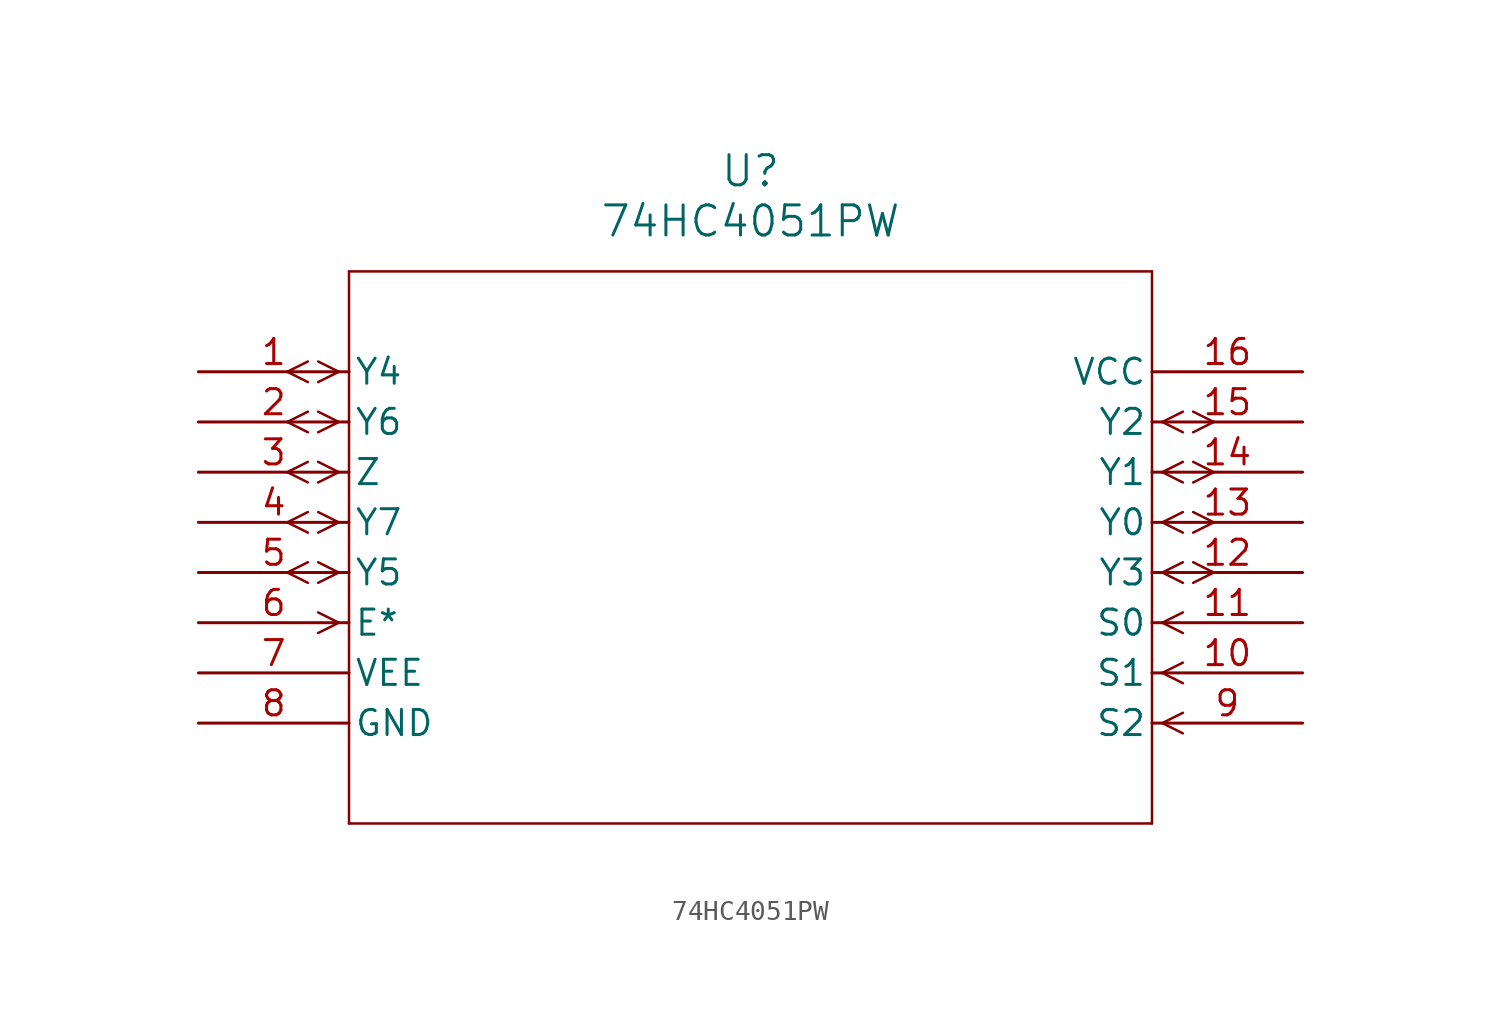
<source format=kicad_sym>
(kicad_symbol_lib
  (version 20211014)
  (generator kicad_symbol_editor)
  (symbol "74HC4051PW"
    (pin_names
      (offset 0.254))
    (property "Reference" "U"
      (at 27.94 10.16 0)
      (effects (font (size 1.524 1.524))))
    (property "Value" "74HC4051PW"
      (at 27.94 7.62 0)
      (effects (font (size 1.524 1.524))))
    (symbol "74HC4051PW_0_1"
      (polyline (pts (xy 7.099 0) (xy 6.058 0.521)) (stroke (width 0.127) (type default) (color 0 0 0 0)) (fill (type none)))
      (polyline (pts (xy 7.099 0) (xy 6.058 -0.521)) (stroke (width 0.127) (type default) (color 0 0 0 0)) (fill (type none)))
      (polyline (pts (xy 5.537 0.521) (xy 4.496 0)) (stroke (width 0.127) (type default) (color 0 0 0 0)) (fill (type none)))
      (polyline (pts (xy 5.537 -0.521) (xy 4.496 0)) (stroke (width 0.127) (type default) (color 0 0 0 0)) (fill (type none)))
      (polyline (pts (xy 7.099 -2.54) (xy 6.058 -2.019)) (stroke (width 0.127) (type default) (color 0 0 0 0)) (fill (type none)))
      (polyline (pts (xy 7.099 -2.54) (xy 6.058 -3.061)) (stroke (width 0.127) (type default) (color 0 0 0 0)) (fill (type none)))
      (polyline (pts (xy 5.537 -2.019) (xy 4.496 -2.54)) (stroke (width 0.127) (type default) (color 0 0 0 0)) (fill (type none)))
      (polyline (pts (xy 5.537 -3.061) (xy 4.496 -2.54)) (stroke (width 0.127) (type default) (color 0 0 0 0)) (fill (type none)))
      (polyline (pts (xy 7.099 -5.08) (xy 6.058 -4.559)) (stroke (width 0.127) (type default) (color 0 0 0 0)) (fill (type none)))
      (polyline (pts (xy 7.099 -5.08) (xy 6.058 -5.601)) (stroke (width 0.127) (type default) (color 0 0 0 0)) (fill (type none)))
      (polyline (pts (xy 5.537 -4.559) (xy 4.496 -5.08)) (stroke (width 0.127) (type default) (color 0 0 0 0)) (fill (type none)))
      (polyline (pts (xy 5.537 -5.601) (xy 4.496 -5.08)) (stroke (width 0.127) (type default) (color 0 0 0 0)) (fill (type none)))
      (polyline (pts (xy 7.099 -7.62) (xy 6.058 -7.099)) (stroke (width 0.127) (type default) (color 0 0 0 0)) (fill (type none)))
      (polyline (pts (xy 7.099 -7.62) (xy 6.058 -8.141)) (stroke (width 0.127) (type default) (color 0 0 0 0)) (fill (type none)))
      (polyline (pts (xy 5.537 -7.099) (xy 4.496 -7.62)) (stroke (width 0.127) (type default) (color 0 0 0 0)) (fill (type none)))
      (polyline (pts (xy 5.537 -8.141) (xy 4.496 -7.62)) (stroke (width 0.127) (type default) (color 0 0 0 0)) (fill (type none)))
      (polyline (pts (xy 7.099 -10.16) (xy 6.058 -9.639)) (stroke (width 0.127) (type default) (color 0 0 0 0)) (fill (type none)))
      (polyline (pts (xy 7.099 -10.16) (xy 6.058 -10.681)) (stroke (width 0.127) (type default) (color 0 0 0 0)) (fill (type none)))
      (polyline (pts (xy 5.537 -9.639) (xy 4.496 -10.16)) (stroke (width 0.127) (type default) (color 0 0 0 0)) (fill (type none)))
      (polyline (pts (xy 5.537 -10.681) (xy 4.496 -10.16)) (stroke (width 0.127) (type default) (color 0 0 0 0)) (fill (type none)))
      (polyline (pts (xy 7.099 -12.7) (xy 6.058 -12.179)) (stroke (width 0.127) (type default) (color 0 0 0 0)) (fill (type none)))
      (polyline (pts (xy 7.099 -12.7) (xy 6.058 -13.221)) (stroke (width 0.127) (type default) (color 0 0 0 0)) (fill (type none)))
      (polyline (pts (xy 48.781 -17.78) (xy 49.822 -17.259)) (stroke (width 0.127) (type default) (color 0 0 0 0)) (fill (type none)))
      (polyline (pts (xy 48.781 -17.78) (xy 49.822 -18.301)) (stroke (width 0.127) (type default) (color 0 0 0 0)) (fill (type none)))
      (polyline (pts (xy 48.781 -15.24) (xy 49.822 -14.719)) (stroke (width 0.127) (type default) (color 0 0 0 0)) (fill (type none)))
      (polyline (pts (xy 48.781 -15.24) (xy 49.822 -15.761)) (stroke (width 0.127) (type default) (color 0 0 0 0)) (fill (type none)))
      (polyline (pts (xy 48.781 -12.7) (xy 49.822 -12.179)) (stroke (width 0.127) (type default) (color 0 0 0 0)) (fill (type none)))
      (polyline (pts (xy 48.781 -12.7) (xy 49.822 -13.221)) (stroke (width 0.127) (type default) (color 0 0 0 0)) (fill (type none)))
      (polyline (pts (xy 48.781 -10.16) (xy 49.822 -9.639)) (stroke (width 0.127) (type default) (color 0 0 0 0)) (fill (type none)))
      (polyline (pts (xy 48.781 -10.16) (xy 49.822 -10.681)) (stroke (width 0.127) (type default) (color 0 0 0 0)) (fill (type none)))
      (polyline (pts (xy 50.343 -9.639) (xy 51.384 -10.16)) (stroke (width 0.127) (type default) (color 0 0 0 0)) (fill (type none)))
      (polyline (pts (xy 50.343 -10.681) (xy 51.384 -10.16)) (stroke (width 0.127) (type default) (color 0 0 0 0)) (fill (type none)))
      (polyline (pts (xy 48.781 -7.62) (xy 49.822 -7.099)) (stroke (width 0.127) (type default) (color 0 0 0 0)) (fill (type none)))
      (polyline (pts (xy 48.781 -7.62) (xy 49.822 -8.141)) (stroke (width 0.127) (type default) (color 0 0 0 0)) (fill (type none)))
      (polyline (pts (xy 50.343 -7.099) (xy 51.384 -7.62)) (stroke (width 0.127) (type default) (color 0 0 0 0)) (fill (type none)))
      (polyline (pts (xy 50.343 -8.141) (xy 51.384 -7.62)) (stroke (width 0.127) (type default) (color 0 0 0 0)) (fill (type none)))
      (polyline (pts (xy 48.781 -5.08) (xy 49.822 -4.559)) (stroke (width 0.127) (type default) (color 0 0 0 0)) (fill (type none)))
      (polyline (pts (xy 48.781 -5.08) (xy 49.822 -5.601)) (stroke (width 0.127) (type default) (color 0 0 0 0)) (fill (type none)))
      (polyline (pts (xy 50.343 -4.559) (xy 51.384 -5.08)) (stroke (width 0.127) (type default) (color 0 0 0 0)) (fill (type none)))
      (polyline (pts (xy 50.343 -5.601) (xy 51.384 -5.08)) (stroke (width 0.127) (type default) (color 0 0 0 0)) (fill (type none)))
      (polyline (pts (xy 48.781 -2.54) (xy 49.822 -2.019)) (stroke (width 0.127) (type default) (color 0 0 0 0)) (fill (type none)))
      (polyline (pts (xy 48.781 -2.54) (xy 49.822 -3.061)) (stroke (width 0.127) (type default) (color 0 0 0 0)) (fill (type none)))
      (polyline (pts (xy 50.343 -2.019) (xy 51.384 -2.54)) (stroke (width 0.127) (type default) (color 0 0 0 0)) (fill (type none)))
      (polyline (pts (xy 50.343 -3.061) (xy 51.384 -2.54)) (stroke (width 0.127) (type default) (color 0 0 0 0)) (fill (type none)))
      (polyline (pts (xy 7.62 5.08) (xy 7.62 -22.86)) (stroke (width 0.127) (type default) (color 0 0 0 0)) (fill (type none)))
      (polyline (pts (xy 7.62 -22.86) (xy 48.26 -22.86)) (stroke (width 0.127) (type default) (color 0 0 0 0)) (fill (type none)))
      (polyline (pts (xy 48.26 -22.86) (xy 48.26 5.08)) (stroke (width 0.127) (type default) (color 0 0 0 0)) (fill (type none)))
      (polyline (pts (xy 48.26 5.08) (xy 7.62 5.08)) (stroke (width 0.127) (type default) (color 0 0 0 0)) (fill (type none)))
      (pin bidirectional line (at 0 0 0) (length 7.62) (name "Y4" (effects (font (size 1.27 1.27)))) (number "1" (effects (font (size 1.27 1.27)))))
      (pin bidirectional line (at 0 -2.54 0) (length 7.62) (name "Y6" (effects (font (size 1.27 1.27)))) (number "2" (effects (font (size 1.27 1.27)))))
      (pin bidirectional line (at 0 -5.08 0) (length 7.62) (name "Z" (effects (font (size 1.27 1.27)))) (number "3" (effects (font (size 1.27 1.27)))))
      (pin bidirectional line (at 0 -7.62 0) (length 7.62) (name "Y7" (effects (font (size 1.27 1.27)))) (number "4" (effects (font (size 1.27 1.27)))))
      (pin bidirectional line (at 0 -10.16 0) (length 7.62) (name "Y5" (effects (font (size 1.27 1.27)))) (number "5" (effects (font (size 1.27 1.27)))))
      (pin input line (at 0 -12.7 0) (length 7.62) (name "E*" (effects (font (size 1.27 1.27)))) (number "6" (effects (font (size 1.27 1.27)))))
      (pin power_in line (at 0 -15.24 0) (length 7.62) (name "VEE" (effects (font (size 1.27 1.27)))) (number "7" (effects (font (size 1.27 1.27)))))
      (pin power_in line (at 0 -17.78 0) (length 7.62) (name "GND" (effects (font (size 1.27 1.27)))) (number "8" (effects (font (size 1.27 1.27)))))
      (pin input line (at 55.88 -17.78 180) (length 7.62) (name "S2" (effects (font (size 1.27 1.27)))) (number "9" (effects (font (size 1.27 1.27)))))
      (pin input line (at 55.88 -15.24 180) (length 7.62) (name "S1" (effects (font (size 1.27 1.27)))) (number "10" (effects (font (size 1.27 1.27)))))
      (pin input line (at 55.88 -12.7 180) (length 7.62) (name "S0" (effects (font (size 1.27 1.27)))) (number "11" (effects (font (size 1.27 1.27)))))
      (pin bidirectional line (at 55.88 -10.16 180) (length 7.62) (name "Y3" (effects (font (size 1.27 1.27)))) (number "12" (effects (font (size 1.27 1.27)))))
      (pin bidirectional line (at 55.88 -7.62 180) (length 7.62) (name "Y0" (effects (font (size 1.27 1.27)))) (number "13" (effects (font (size 1.27 1.27)))))
      (pin bidirectional line (at 55.88 -5.08 180) (length 7.62) (name "Y1" (effects (font (size 1.27 1.27)))) (number "14" (effects (font (size 1.27 1.27)))))
      (pin bidirectional line (at 55.88 -2.54 180) (length 7.62) (name "Y2" (effects (font (size 1.27 1.27)))) (number "15" (effects (font (size 1.27 1.27)))))
      (pin power_in line (at 55.88 0 180) (length 7.62) (name "VCC" (effects (font (size 1.27 1.27)))) (number "16" (effects (font (size 1.27 1.27))))))))
</source>
